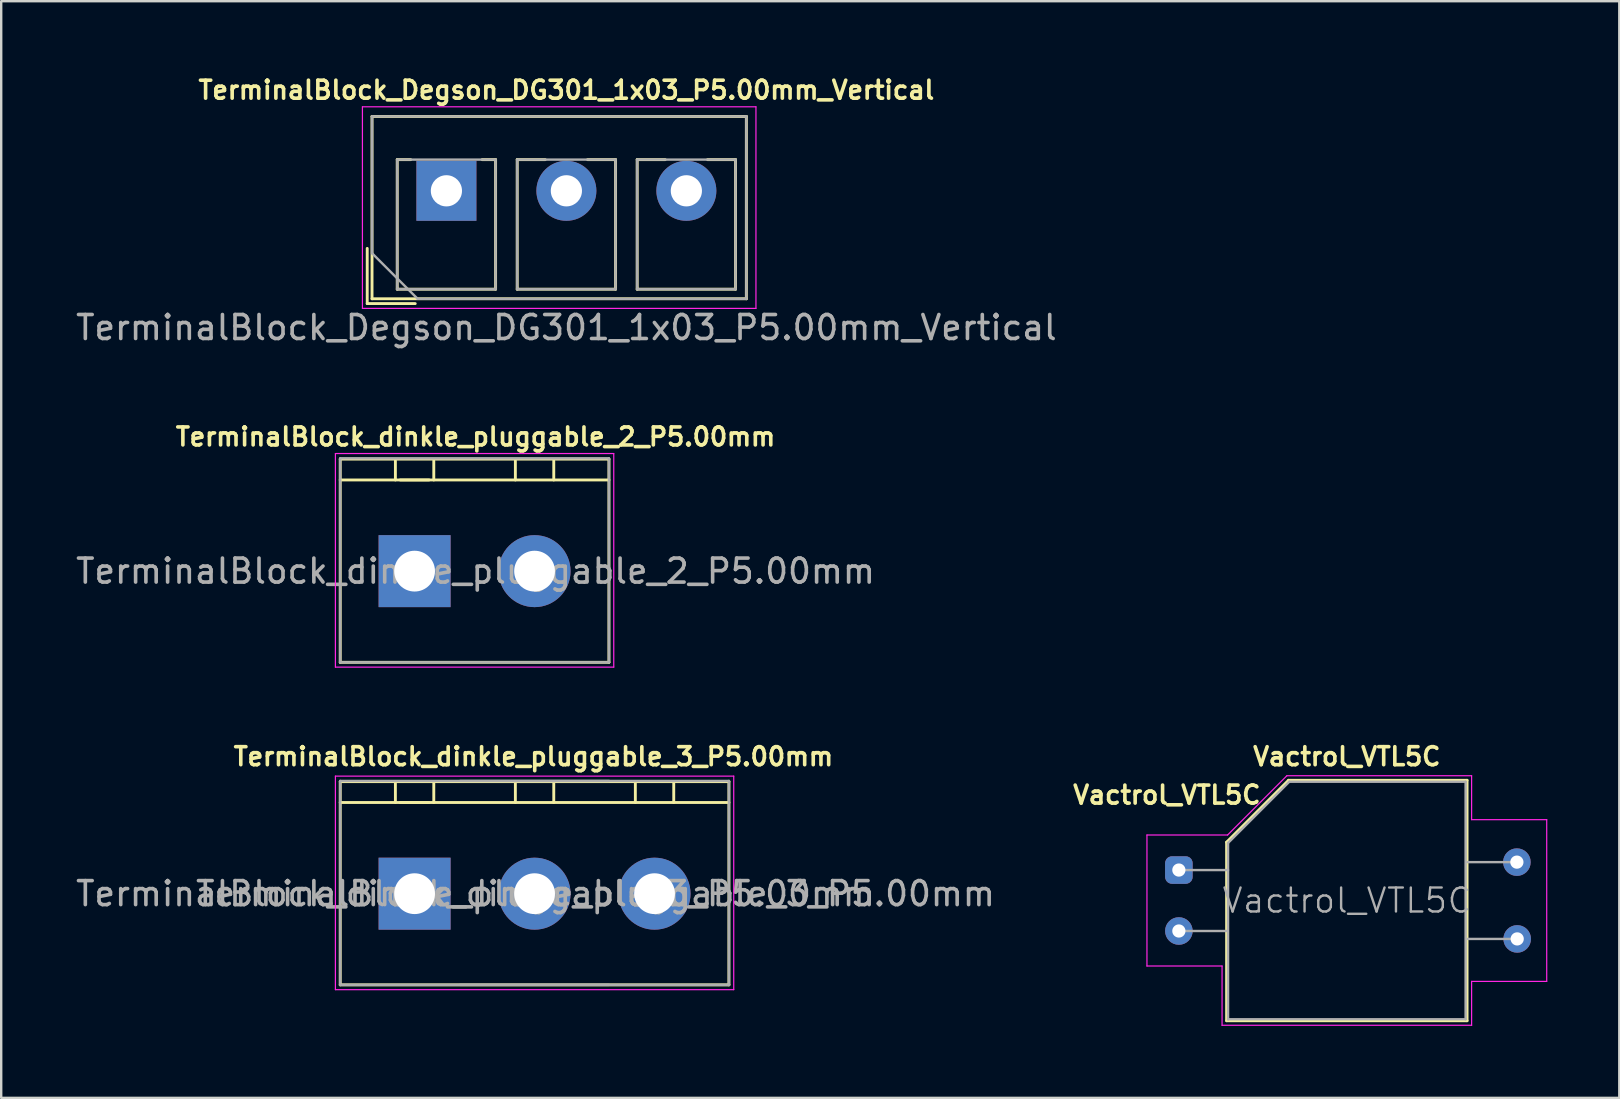
<source format=kicad_pcb>
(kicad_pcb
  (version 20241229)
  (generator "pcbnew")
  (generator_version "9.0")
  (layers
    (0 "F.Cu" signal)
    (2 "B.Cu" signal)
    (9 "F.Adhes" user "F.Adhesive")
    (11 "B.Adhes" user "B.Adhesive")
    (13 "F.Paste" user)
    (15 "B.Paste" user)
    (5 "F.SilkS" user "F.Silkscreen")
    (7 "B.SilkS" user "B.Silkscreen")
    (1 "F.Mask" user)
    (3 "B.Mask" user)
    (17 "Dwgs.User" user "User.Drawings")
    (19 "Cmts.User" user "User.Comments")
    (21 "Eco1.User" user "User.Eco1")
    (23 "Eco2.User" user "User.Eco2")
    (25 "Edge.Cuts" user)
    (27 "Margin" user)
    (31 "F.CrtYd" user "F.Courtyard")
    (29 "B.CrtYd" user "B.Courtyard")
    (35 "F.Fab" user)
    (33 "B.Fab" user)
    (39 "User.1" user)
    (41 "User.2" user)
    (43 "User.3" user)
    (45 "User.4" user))
  (footprint "TerminalBlock_dinkle_pluggable_2_P5.00mm"
    (layer "F.Cu")
    (at 14.228 20.752)
    (property "Reference" "TerminalBlock_dinkle_pluggable_2_P5.00mm" (at 2.54 -5.6 0) (layer "F.SilkS") (effects (font (size 0.75 0.75) (thickness 0.15))))
    (attr through_hole)
    (fp_line (start -3.1 -4.67) (end -3.1 3.8) (stroke (width 0.12) (type solid)) (layer "F.SilkS"))
    (fp_line (start -3.1 -4.67) (end 8.1 -4.67) (stroke (width 0.12) (type solid)) (layer "F.SilkS"))
    (fp_line (start -3.1 -3.8) (end 8.1 -3.8) (stroke (width 0.12) (type solid)) (layer "F.SilkS"))
    (fp_line (start -3.1 3.8) (end 8.1 3.8) (stroke (width 0.12) (type solid)) (layer "F.SilkS"))
    (fp_line (start -0.8 -4.6) (end -0.8 -3.8) (stroke (width 0.12) (type solid)) (layer "F.SilkS"))
    (fp_line (start -0.6 -3.8) (end 0.6 -3.8) (stroke (width 0.12) (type solid)) (layer "F.SilkS"))
    (fp_line (start 0.8 -3.8) (end 0.8 -4.6) (stroke (width 0.12) (type solid)) (layer "F.SilkS"))
    (fp_line (start 4.2 -3.8) (end 4.2 -4.6) (stroke (width 0.12) (type solid)) (layer "F.SilkS"))
    (fp_line (start 5.8 -3.8) (end 5.8 -4.6) (stroke (width 0.12) (type solid)) (layer "F.SilkS"))
    (fp_line (start 8.1 3.8) (end 8.1 -4.67) (stroke (width 0.12) (type solid)) (layer "F.SilkS"))
    (fp_line (start -3.3 -4.9) (end -3.3 4) (stroke (width 0.05) (type solid)) (layer "F.CrtYd"))
    (fp_line (start -3.3 -4.9) (end 8.3 -4.9) (stroke (width 0.05) (type solid)) (layer "F.CrtYd"))
    (fp_line (start 8.3 4) (end -3.3 4) (stroke (width 0.05) (type solid)) (layer "F.CrtYd"))
    (fp_line (start 8.3 4) (end 8.3 -4.9) (stroke (width 0.05) (type solid)) (layer "F.CrtYd"))
    (fp_line (start -3.1 -4.7) (end -3.1 3.8) (stroke (width 0.1) (type solid)) (layer "F.Fab"))
    (fp_line (start -3.1 3.8) (end 8.1 3.8) (stroke (width 0.1) (type solid)) (layer "F.Fab"))
    (fp_line (start 8.1 -4.7) (end -3.1 -4.7) (stroke (width 0.1) (type solid)) (layer "F.Fab"))
    (fp_line (start 8.1 3.8) (end 8.1 -4.7) (stroke (width 0.1) (type solid)) (layer "F.Fab"))
    (fp_text user "${REFERENCE}" (at 2.54 0 0) (layer "F.Fab") (effects (font (size 1 1) (thickness 0.15))))
    (pad "1" thru_hole rect (at 0 0) (size 3 3) (drill 1.7) (layers "*.Cu" "*.Mask"))
    (pad "2" thru_hole circle (at 5 0) (size 3 3) (drill 1.7) (layers "*.Cu" "*.Mask")))
  (footprint "TerminalBlock_Degson_DG301_1x03_P5.00mm_Vertical"
    (layer "F.Cu")
    (at 20.554 4.902)
    (property "Reference" "TerminalBlock_Degson_DG301_1x03_P5.00mm_Vertical" (at 0 -4.2 0) (layer "F.SilkS") (effects (font (size 0.75 0.75) (thickness 0.15))))
    (attr through_hole)
    (fp_line (start -8.3 2.4) (end -8.3 4.7) (stroke (width 0.12) (type solid)) (layer "F.SilkS"))
    (fp_line (start -8.3 4.7) (end -6.3 4.7) (stroke (width 0.12) (type solid)) (layer "F.SilkS"))
    (fp_line (start -8.1 -3.1) (end -8.1 4.5) (stroke (width 0.12) (type solid)) (layer "F.SilkS"))
    (fp_line (start -8.1 -3.1) (end 7.5 -3.1) (stroke (width 0.12) (type solid)) (layer "F.SilkS"))
    (fp_line (start -8.1 4.5) (end 7.5 4.5) (stroke (width 0.12) (type solid)) (layer "F.SilkS"))
    (fp_line (start -7.05 -1.3) (end -7.05 4.1) (stroke (width 0.12) (type solid)) (layer "F.SilkS"))
    (fp_line (start -7.05 -1.3) (end -6.49 -1.3) (stroke (width 0.12) (type solid)) (layer "F.SilkS"))
    (fp_line (start -7.05 4.1) (end -2.95 4.1) (stroke (width 0.12) (type solid)) (layer "F.SilkS"))
    (fp_line (start -3.51 -1.3) (end -2.95 -1.3) (stroke (width 0.12) (type solid)) (layer "F.SilkS"))
    (fp_line (start -2.95 -1.3) (end -2.95 4.1) (stroke (width 0.12) (type solid)) (layer "F.SilkS"))
    (fp_line (start -2.05 -1.3) (end -2.05 4.1) (stroke (width 0.12) (type solid)) (layer "F.SilkS"))
    (fp_line (start -2.05 -1.3) (end -0.883 -1.3) (stroke (width 0.12) (type solid)) (layer "F.SilkS"))
    (fp_line (start -2.05 4.1) (end 2.05 4.1) (stroke (width 0.12) (type solid)) (layer "F.SilkS"))
    (fp_line (start 0.884 -1.3) (end 2.05 -1.3) (stroke (width 0.12) (type solid)) (layer "F.SilkS"))
    (fp_line (start 2.05 -1.3) (end 2.05 4.1) (stroke (width 0.12) (type solid)) (layer "F.SilkS"))
    (fp_line (start 2.95 -1.3) (end 2.95 4.1) (stroke (width 0.12) (type solid)) (layer "F.SilkS"))
    (fp_line (start 2.95 -1.3) (end 4.117 -1.3) (stroke (width 0.12) (type solid)) (layer "F.SilkS"))
    (fp_line (start 2.95 4.1) (end 7.05 4.1) (stroke (width 0.12) (type solid)) (layer "F.SilkS"))
    (fp_line (start 5.884 -1.3) (end 7.05 -1.3) (stroke (width 0.12) (type solid)) (layer "F.SilkS"))
    (fp_line (start 7.05 -1.3) (end 7.05 4.1) (stroke (width 0.12) (type solid)) (layer "F.SilkS"))
    (fp_line (start 7.5 -3.1) (end 7.5 4.5) (stroke (width 0.12) (type solid)) (layer "F.SilkS"))
    (fp_line (start -8.5 -3.5) (end -8.5 4.9) (stroke (width 0.05) (type solid)) (layer "F.CrtYd"))
    (fp_line (start -8.5 4.9) (end 7.9 4.9) (stroke (width 0.05) (type solid)) (layer "F.CrtYd"))
    (fp_line (start 7.9 -3.5) (end -8.5 -3.5) (stroke (width 0.05) (type solid)) (layer "F.CrtYd"))
    (fp_line (start 7.9 4.9) (end 7.9 -3.5) (stroke (width 0.05) (type solid)) (layer "F.CrtYd"))
    (fp_line (start -8.1 -3.1) (end 7.5 -3.1) (stroke (width 0.1) (type solid)) (layer "F.Fab"))
    (fp_line (start -8.1 2.6) (end -8.1 -3.1) (stroke (width 0.1) (type solid)) (layer "F.Fab"))
    (fp_line (start -7.05 -1.3) (end -7.05 4.1) (stroke (width 0.1) (type solid)) (layer "F.Fab"))
    (fp_line (start -7.05 4.1) (end -2.95 4.1) (stroke (width 0.1) (type solid)) (layer "F.Fab"))
    (fp_line (start -6.2 4.5) (end -8.1 2.6) (stroke (width 0.1) (type solid)) (layer "F.Fab"))
    (fp_line (start -2.95 -1.3) (end -7.05 -1.3) (stroke (width 0.1) (type solid)) (layer "F.Fab"))
    (fp_line (start -2.95 4.1) (end -2.95 -1.3) (stroke (width 0.1) (type solid)) (layer "F.Fab"))
    (fp_line (start -2.05 -1.3) (end -2.05 4.1) (stroke (width 0.1) (type solid)) (layer "F.Fab"))
    (fp_line (start -2.05 4.1) (end 2.05 4.1) (stroke (width 0.1) (type solid)) (layer "F.Fab"))
    (fp_line (start 2.05 -1.3) (end -2.05 -1.3) (stroke (width 0.1) (type solid)) (layer "F.Fab"))
    (fp_line (start 2.05 4.1) (end 2.05 -1.3) (stroke (width 0.1) (type solid)) (layer "F.Fab"))
    (fp_line (start 2.95 -1.3) (end 2.95 4.1) (stroke (width 0.1) (type solid)) (layer "F.Fab"))
    (fp_line (start 2.95 4.1) (end 7.05 4.1) (stroke (width 0.1) (type solid)) (layer "F.Fab"))
    (fp_line (start 7.05 -1.3) (end 2.95 -1.3) (stroke (width 0.1) (type solid)) (layer "F.Fab"))
    (fp_line (start 7.05 4.1) (end 7.05 -1.3) (stroke (width 0.1) (type solid)) (layer "F.Fab"))
    (fp_line (start 7.5 -3.1) (end 7.5 4.5) (stroke (width 0.1) (type solid)) (layer "F.Fab"))
    (fp_line (start 7.5 4.5) (end -6.2 4.5) (stroke (width 0.1) (type solid)) (layer "F.Fab"))
    (fp_text user "${REFERENCE}" (at 0 5.7 0) (layer "F.Fab") (effects (font (size 1 1) (thickness 0.15))))
    (pad "1" thru_hole rect (at -5 0) (size 2.5 2.5) (drill 1.3) (layers "*.Cu" "*.Mask"))
    (pad "2" thru_hole circle (at 0 0) (size 2.5 2.5) (drill 1.3) (layers "*.Cu" "*.Mask"))
    (pad "3" thru_hole circle (at 5 0) (size 2.5 2.5) (drill 1.3) (layers "*.Cu" "*.Mask")))
  (footprint "TerminalBlock_dinkle_pluggable_3_P5.00mm"
    (layer "F.Cu")
    (at 14.228 34.194)
    (property "Reference" "TerminalBlock_dinkle_pluggable_3_P5.00mm" (at 4.953 -5.715 0) (layer "F.SilkS") (effects (font (size 0.75 0.75) (thickness 0.15))))
    (attr through_hole)
    (fp_line (start -3.1 -4.67) (end -3.1 3.8) (stroke (width 0.12) (type solid)) (layer "F.SilkS"))
    (fp_line (start -3.1 -4.67) (end 13.1 -4.67) (stroke (width 0.12) (type solid)) (layer "F.SilkS"))
    (fp_line (start -3.1 -3.8) (end 13.1 -3.8) (stroke (width 0.12) (type solid)) (layer "F.SilkS"))
    (fp_line (start -3.1 3.8) (end 13.1 3.8) (stroke (width 0.12) (type solid)) (layer "F.SilkS"))
    (fp_line (start -0.8 -4.6) (end -0.8 -3.8) (stroke (width 0.12) (type solid)) (layer "F.SilkS"))
    (fp_line (start -0.6 -3.8) (end 0.6 -3.8) (stroke (width 0.12) (type solid)) (layer "F.SilkS"))
    (fp_line (start 0.8 -3.8) (end 0.8 -4.6) (stroke (width 0.12) (type solid)) (layer "F.SilkS"))
    (fp_line (start 4.2 -3.8) (end 4.2 -4.6) (stroke (width 0.12) (type solid)) (layer "F.SilkS"))
    (fp_line (start 5.8 -3.8) (end 5.8 -4.6) (stroke (width 0.12) (type solid)) (layer "F.SilkS"))
    (fp_line (start 9.2 -3.8) (end 9.2 -4.6) (stroke (width 0.12) (type solid)) (layer "F.SilkS"))
    (fp_line (start 10.8 -3.8) (end 10.8 -4.6) (stroke (width 0.12) (type solid)) (layer "F.SilkS"))
    (fp_line (start 13.1 3.8) (end 13.1 -4.67) (stroke (width 0.12) (type solid)) (layer "F.SilkS"))
    (fp_line (start -3.3 -4.9) (end -3.3 4) (stroke (width 0.05) (type solid)) (layer "F.CrtYd"))
    (fp_line (start -3.3 -4.9) (end 13.3 -4.9) (stroke (width 0.05) (type solid)) (layer "F.CrtYd"))
    (fp_line (start 13.3 4) (end -3.3 4) (stroke (width 0.05) (type solid)) (layer "F.CrtYd"))
    (fp_line (start 13.3 4) (end 13.3 -4.9) (stroke (width 0.05) (type solid)) (layer "F.CrtYd"))
    (fp_line (start -3.1 -4.7) (end -3.1 3.8) (stroke (width 0.1) (type solid)) (layer "F.Fab"))
    (fp_line (start -3.1 3.8) (end 8.1 3.8) (stroke (width 0.1) (type solid)) (layer "F.Fab"))
    (fp_line (start 1.9 3.8) (end 13.1 3.8) (stroke (width 0.1) (type solid)) (layer "F.Fab"))
    (fp_line (start 8.1 -4.7) (end -3.1 -4.7) (stroke (width 0.1) (type solid)) (layer "F.Fab"))
    (fp_line (start 13.1 -4.7) (end 1.9 -4.7) (stroke (width 0.1) (type solid)) (layer "F.Fab"))
    (fp_line (start 13.1 3.8) (end 13.1 -4.7) (stroke (width 0.1) (type solid)) (layer "F.Fab"))
    (fp_text user "${REFERENCE}" (at 2.54 0 0) (layer "F.Fab") (effects (font (size 1 1) (thickness 0.15))))
    (fp_text user "${REFERENCE}" (at 7.54 0 0) (layer "F.Fab") (effects (font (size 1 1) (thickness 0.15))))
    (pad "1" thru_hole rect (at 0 0) (size 3 3) (drill 1.7) (layers "*.Cu" "*.Mask"))
    (pad "2" thru_hole circle (at 5 0) (size 3 3) (drill 1.7) (layers "*.Cu" "*.Mask"))
    (pad "3" thru_hole circle (at 10 0) (size 3 3) (drill 1.7) (layers "*.Cu" "*.Mask")))
  (footprint "Vactrol_VTL5C"
    (layer "F.Cu")
    (at 45.579 34.479)
    (property "Reference" "Vactrol_VTL5C" (at 7.5 -6 0) (layer "F.SilkS") (effects (font (size 0.75 0.75) (thickness 0.15))))
    (property "Value" "Vactrol_VTL5C" (at 7.5 6 0) (layer "F.Fab") (hide yes) (effects (font (size 1 1) (thickness 0.15))))
    (attr through_hole)
    (fp_line (start 2.49 -2.43) (end 2.49 5.01) (stroke (width 0.12) (type solid)) (layer "F.SilkS"))
    (fp_line (start 2.49 5.01) (end 12.51 5.01) (stroke (width 0.12) (type solid)) (layer "F.SilkS"))
    (fp_line (start 5.07 -5.01) (end 2.49 -2.43) (stroke (width 0.12) (type solid)) (layer "F.SilkS"))
    (fp_line (start 12.51 -5.01) (end 5.07 -5.01) (stroke (width 0.12) (type solid)) (layer "F.SilkS"))
    (fp_line (start 12.51 5.01) (end 12.51 -5.01) (stroke (width 0.12) (type solid)) (layer "F.SilkS"))
    (fp_line (start -0.83 2.73) (end -0.83 -2.73) (stroke (width 0.05) (type solid)) (layer "F.CrtYd"))
    (fp_line (start 2.3 2.73) (end -0.83 2.73) (stroke (width 0.05) (type solid)) (layer "F.CrtYd"))
    (fp_line (start 2.3 5.2) (end 2.3 2.73) (stroke (width 0.05) (type solid)) (layer "F.CrtYd"))
    (fp_line (start 2.53 -2.73) (end -0.83 -2.73) (stroke (width 0.05) (type solid)) (layer "F.CrtYd"))
    (fp_line (start 2.53 -2.73) (end 5 -5.2) (stroke (width 0.05) (type solid)) (layer "F.CrtYd"))
    (fp_line (start 5 -5.2) (end 12.7 -5.2) (stroke (width 0.05) (type solid)) (layer "F.CrtYd"))
    (fp_line (start 12.7 -5.2) (end 12.7 -3.37) (stroke (width 0.05) (type solid)) (layer "F.CrtYd"))
    (fp_line (start 12.7 3.37) (end 12.7 5.2) (stroke (width 0.05) (type solid)) (layer "F.CrtYd"))
    (fp_line (start 12.7 5.2) (end 2.3 5.2) (stroke (width 0.05) (type solid)) (layer "F.CrtYd"))
    (fp_line (start 15.83 -3.37) (end 12.7 -3.37) (stroke (width 0.05) (type solid)) (layer "F.CrtYd"))
    (fp_line (start 15.83 3.37) (end 12.7 3.37) (stroke (width 0.05) (type solid)) (layer "F.CrtYd"))
    (fp_line (start 15.83 3.37) (end 15.83 -3.37) (stroke (width 0.05) (type solid)) (layer "F.CrtYd"))
    (fp_line (start 0.7 -1.27) (end 2.55 -1.27) (stroke (width 0.1) (type solid)) (layer "F.Fab"))
    (fp_line (start 0.762 1.27) (end 2.54 1.27) (stroke (width 0.1) (type solid)) (layer "F.Fab"))
    (fp_line (start 2.55 4.95) (end 2.55 -2.4) (stroke (width 0.1) (type solid)) (layer "F.Fab"))
    (fp_line (start 5.1 -4.95) (end 2.55 -2.4) (stroke (width 0.1) (type solid)) (layer "F.Fab"))
    (fp_line (start 5.1 -4.95) (end 12.45 -4.95) (stroke (width 0.1) (type solid)) (layer "F.Fab"))
    (fp_line (start 12.45 -4.95) (end 12.45 4.95) (stroke (width 0.1) (type solid)) (layer "F.Fab"))
    (fp_line (start 12.45 4.95) (end 2.55 4.95) (stroke (width 0.1) (type solid)) (layer "F.Fab"))
    (fp_line (start 14.387 -1.6) (end 12.537 -1.6) (stroke (width 0.1) (type solid)) (layer "F.Fab"))
    (fp_line (start 14.4 1.6) (end 12.55 1.6) (stroke (width 0.1) (type solid)) (layer "F.Fab"))
    (fp_text user "${VALUE}" (at 0 -4.4 0) (layer "F.SilkS") (effects (font (size 0.75 0.75) (thickness 0.15))))
    (fp_text user "${REFERENCE}" (at 7.5 0 0) (layer "F.Fab") (effects (font (size 1 1) (thickness 0.1))))
    (pad "1" thru_hole roundrect (at 0.5 -1.27) (size 1.15 1.15) (drill 0.55) (layers "*.Cu" "*.Mask") (roundrect_rratio 0.25))
    (pad "2" thru_hole circle (at 0.5 1.27) (size 1.15 1.15) (drill 0.55) (layers "*.Cu" "*.Mask"))
    (pad "3" thru_hole circle (at 14.587 -1.6) (size 1.15 1.15) (drill 0.55) (layers "*.Cu" "*.Mask"))
    (pad "4" thru_hole circle (at 14.6 1.6) (size 1.15 1.15) (drill 0.55) (layers "*.Cu" "*.Mask")))
  (gr_rect
    (start -3 -3)
    (end 64.434 42.704)
    (stroke (width 0.1) (type default))
    (fill no)
    (layer "Edge.Cuts")))
</source>
